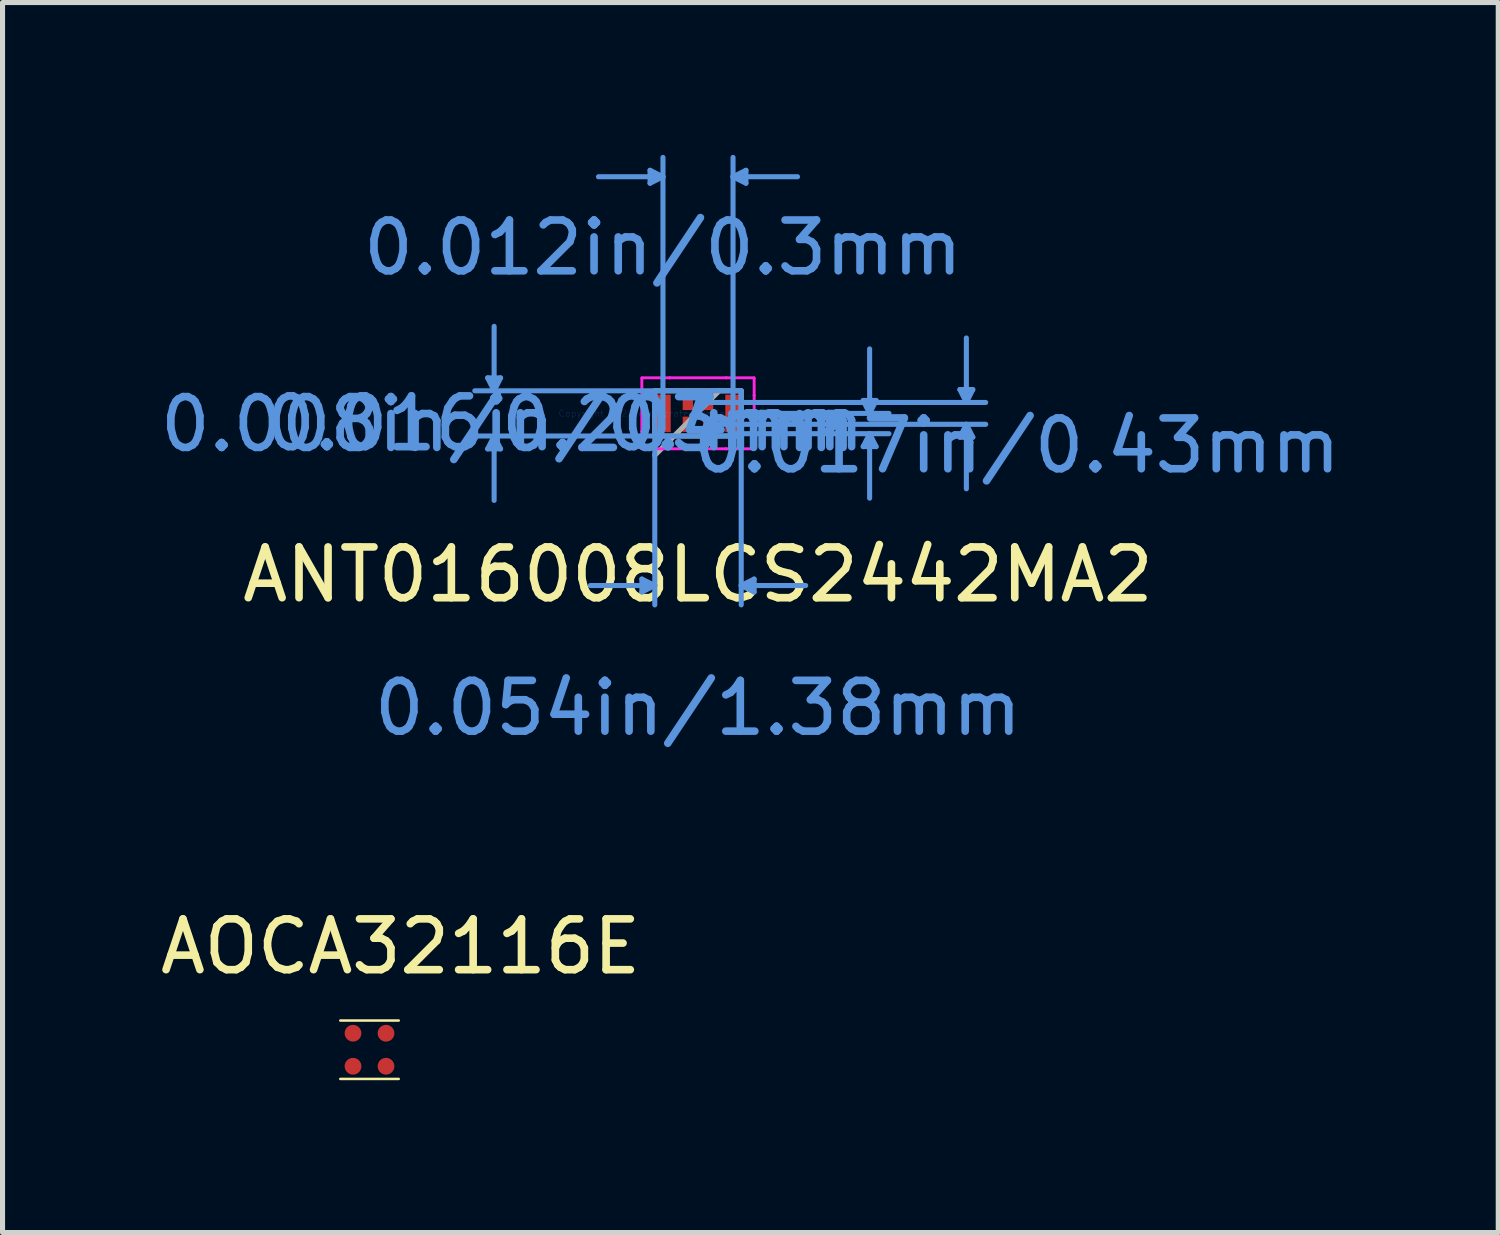
<source format=kicad_pcb>
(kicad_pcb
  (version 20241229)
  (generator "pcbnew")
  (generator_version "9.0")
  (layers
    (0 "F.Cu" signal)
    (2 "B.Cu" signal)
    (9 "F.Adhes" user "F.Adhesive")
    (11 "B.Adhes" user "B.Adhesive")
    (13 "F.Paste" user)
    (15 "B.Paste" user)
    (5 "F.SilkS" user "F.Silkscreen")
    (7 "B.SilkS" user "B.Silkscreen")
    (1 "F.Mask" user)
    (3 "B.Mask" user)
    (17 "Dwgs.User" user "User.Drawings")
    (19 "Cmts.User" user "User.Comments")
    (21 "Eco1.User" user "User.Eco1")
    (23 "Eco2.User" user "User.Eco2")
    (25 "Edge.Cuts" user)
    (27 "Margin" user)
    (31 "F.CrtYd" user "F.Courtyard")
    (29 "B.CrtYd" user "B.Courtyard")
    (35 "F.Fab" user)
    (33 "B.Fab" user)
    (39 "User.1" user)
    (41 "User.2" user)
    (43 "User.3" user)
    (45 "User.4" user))
  (footprint "AOCA32116E"
    (layer "F.Cu")
    (at 4.227 17.948)
    (property "Reference" "AOCA32116E" (at 0.612 -2.357 0) (layer "F.SilkS") (effects (font (size 1 1) (thickness 0.15))))
    (attr through_hole)
    (fp_line (start -0.575 -0.9) (end 0.575 -0.9) (stroke (width 0.05) (type solid)) (layer "F.SilkS"))
    (fp_line (start -0.575 0.25) (end 0.575 0.25) (stroke (width 0.05) (type solid)) (layer "F.SilkS"))
    (pad "1" smd circle (at -0.325 0) (size 0.33 0.33) (layers "F.Cu" "F.Mask" "F.Paste"))
    (pad "2" smd circle (at -0.325 -0.65) (size 0.33 0.33) (layers "F.Cu" "F.Mask" "F.Paste"))
    (pad "3" smd circle (at 0.325 -0.65) (size 0.33 0.33) (layers "F.Cu" "F.Mask" "F.Paste"))
    (pad "4" smd circle (at 0.325 0) (size 0.33 0.33) (layers "F.Cu" "F.Mask" "F.Paste")))
  (footprint "ANT016008LCS2442MA2"
    (layer "F.Cu")
    (at 10.696 5.091)
    (property "Reference" "ANT016008LCS2442MA2" (at 0 3.175 0) (layer "F.SilkS") (effects (font (size 1 1) (thickness 0.15))))
    (attr through_hole)
    (fp_line (start -4.142 -0.699) (end -3.888 -0.699) (stroke (width 0.1) (type solid)) (layer "Cmts.User"))
    (fp_line (start -4.142 0.699) (end -3.888 0.699) (stroke (width 0.1) (type solid)) (layer "Cmts.User"))
    (fp_line (start -4.015 -0.445) (end -4.142 -0.699) (stroke (width 0.1) (type solid)) (layer "Cmts.User"))
    (fp_line (start -4.015 -0.445) (end -4.015 -1.714) (stroke (width 0.1) (type solid)) (layer "Cmts.User"))
    (fp_line (start -4.015 -0.445) (end -3.888 -0.699) (stroke (width 0.1) (type solid)) (layer "Cmts.User"))
    (fp_line (start -4.015 0.445) (end -4.142 0.699) (stroke (width 0.1) (type solid)) (layer "Cmts.User"))
    (fp_line (start -4.015 0.445) (end -4.015 1.714) (stroke (width 0.1) (type solid)) (layer "Cmts.User"))
    (fp_line (start -4.015 0.445) (end -3.888 0.699) (stroke (width 0.1) (type solid)) (layer "Cmts.User"))
    (fp_line (start -1.105 3.263) (end -1.105 3.517) (stroke (width 0.1) (type solid)) (layer "Cmts.User"))
    (fp_line (start -0.944 -4.787) (end -0.944 -4.533) (stroke (width 0.1) (type solid)) (layer "Cmts.User"))
    (fp_line (start -0.851 -0.445) (end -0.851 3.771) (stroke (width 0.1) (type solid)) (layer "Cmts.User"))
    (fp_line (start -0.851 3.39) (end -2.121 3.39) (stroke (width 0.1) (type solid)) (layer "Cmts.User"))
    (fp_line (start -0.851 3.39) (end -1.105 3.263) (stroke (width 0.1) (type solid)) (layer "Cmts.User"))
    (fp_line (start -0.851 3.39) (end -1.105 3.517) (stroke (width 0.1) (type solid)) (layer "Cmts.User"))
    (fp_line (start -0.69 -4.66) (end -1.96 -4.66) (stroke (width 0.1) (type solid)) (layer "Cmts.User"))
    (fp_line (start -0.69 -4.66) (end -0.944 -4.787) (stroke (width 0.1) (type solid)) (layer "Cmts.User"))
    (fp_line (start -0.69 -4.66) (end -0.944 -4.533) (stroke (width 0.1) (type solid)) (layer "Cmts.User"))
    (fp_line (start -0.69 0) (end -0.69 -5.041) (stroke (width 0.1) (type solid)) (layer "Cmts.User"))
    (fp_line (start 0.2 -0.215) (end 5.666 -0.215) (stroke (width 0.1) (type solid)) (layer "Cmts.User"))
    (fp_line (start 0.2 0.215) (end 5.666 0.215) (stroke (width 0.1) (type solid)) (layer "Cmts.User"))
    (fp_line (start 0.69 -4.66) (end 0.944 -4.787) (stroke (width 0.1) (type solid)) (layer "Cmts.User"))
    (fp_line (start 0.69 -4.66) (end 0.944 -4.533) (stroke (width 0.1) (type solid)) (layer "Cmts.User"))
    (fp_line (start 0.69 -4.66) (end 1.96 -4.66) (stroke (width 0.1) (type solid)) (layer "Cmts.User"))
    (fp_line (start 0.69 0) (end 0.69 -5.041) (stroke (width 0.1) (type solid)) (layer "Cmts.User"))
    (fp_line (start 0.69 0) (end 3.761 0) (stroke (width 0.1) (type solid)) (layer "Cmts.User"))
    (fp_line (start 0.69 0.4) (end 3.761 0.4) (stroke (width 0.1) (type solid)) (layer "Cmts.User"))
    (fp_line (start 0.851 -0.445) (end -4.396 -0.445) (stroke (width 0.1) (type solid)) (layer "Cmts.User"))
    (fp_line (start 0.851 -0.445) (end 0.851 3.771) (stroke (width 0.1) (type solid)) (layer "Cmts.User"))
    (fp_line (start 0.851 0.445) (end -4.396 0.445) (stroke (width 0.1) (type solid)) (layer "Cmts.User"))
    (fp_line (start 0.851 3.39) (end 1.105 3.263) (stroke (width 0.1) (type solid)) (layer "Cmts.User"))
    (fp_line (start 0.851 3.39) (end 1.105 3.517) (stroke (width 0.1) (type solid)) (layer "Cmts.User"))
    (fp_line (start 0.851 3.39) (end 2.121 3.39) (stroke (width 0.1) (type solid)) (layer "Cmts.User"))
    (fp_line (start 0.944 -4.787) (end 0.944 -4.533) (stroke (width 0.1) (type solid)) (layer "Cmts.User"))
    (fp_line (start 1.105 3.263) (end 1.105 3.517) (stroke (width 0.1) (type solid)) (layer "Cmts.User"))
    (fp_line (start 3.253 -0.254) (end 3.507 -0.254) (stroke (width 0.1) (type solid)) (layer "Cmts.User"))
    (fp_line (start 3.253 0.654) (end 3.507 0.654) (stroke (width 0.1) (type solid)) (layer "Cmts.User"))
    (fp_line (start 3.38 0) (end 3.253 -0.254) (stroke (width 0.1) (type solid)) (layer "Cmts.User"))
    (fp_line (start 3.38 0) (end 3.38 -1.27) (stroke (width 0.1) (type solid)) (layer "Cmts.User"))
    (fp_line (start 3.38 0) (end 3.507 -0.254) (stroke (width 0.1) (type solid)) (layer "Cmts.User"))
    (fp_line (start 3.38 0.4) (end 3.253 0.654) (stroke (width 0.1) (type solid)) (layer "Cmts.User"))
    (fp_line (start 3.38 0.4) (end 3.38 1.67) (stroke (width 0.1) (type solid)) (layer "Cmts.User"))
    (fp_line (start 3.38 0.4) (end 3.507 0.654) (stroke (width 0.1) (type solid)) (layer "Cmts.User"))
    (fp_line (start 5.158 -0.469) (end 5.412 -0.469) (stroke (width 0.1) (type solid)) (layer "Cmts.User"))
    (fp_line (start 5.158 0.469) (end 5.412 0.469) (stroke (width 0.1) (type solid)) (layer "Cmts.User"))
    (fp_line (start 5.285 -0.215) (end 5.158 -0.469) (stroke (width 0.1) (type solid)) (layer "Cmts.User"))
    (fp_line (start 5.285 -0.215) (end 5.285 -1.485) (stroke (width 0.1) (type solid)) (layer "Cmts.User"))
    (fp_line (start 5.285 -0.215) (end 5.412 -0.469) (stroke (width 0.1) (type solid)) (layer "Cmts.User"))
    (fp_line (start 5.285 0.215) (end 5.158 0.469) (stroke (width 0.1) (type solid)) (layer "Cmts.User"))
    (fp_line (start 5.285 0.215) (end 5.285 1.485) (stroke (width 0.1) (type solid)) (layer "Cmts.User"))
    (fp_line (start 5.285 0.215) (end 5.412 0.469) (stroke (width 0.1) (type solid)) (layer "Cmts.User"))
    (fp_line (start -1.105 -0.699) (end -0.556 -0.699) (stroke (width 0.05) (type solid)) (layer "F.CrtYd"))
    (fp_line (start -1.105 -0.699) (end -0.556 -0.699) (stroke (width 0.05) (type solid)) (layer "F.CrtYd"))
    (fp_line (start -1.105 -0.356) (end -1.105 -0.699) (stroke (width 0.05) (type solid)) (layer "F.CrtYd"))
    (fp_line (start -1.105 -0.356) (end -1.105 -0.699) (stroke (width 0.05) (type solid)) (layer "F.CrtYd"))
    (fp_line (start -1.105 -0.356) (end -1.105 -0.356) (stroke (width 0.05) (type solid)) (layer "F.CrtYd"))
    (fp_line (start -1.105 -0.356) (end -1.105 -0.356) (stroke (width 0.05) (type solid)) (layer "F.CrtYd"))
    (fp_line (start -1.105 0.356) (end -1.105 -0.356) (stroke (width 0.05) (type solid)) (layer "F.CrtYd"))
    (fp_line (start -1.105 0.356) (end -1.105 -0.356) (stroke (width 0.05) (type solid)) (layer "F.CrtYd"))
    (fp_line (start -1.105 0.356) (end -1.105 0.356) (stroke (width 0.05) (type solid)) (layer "F.CrtYd"))
    (fp_line (start -1.105 0.356) (end -1.105 0.356) (stroke (width 0.05) (type solid)) (layer "F.CrtYd"))
    (fp_line (start -1.105 0.699) (end -1.105 0.356) (stroke (width 0.05) (type solid)) (layer "F.CrtYd"))
    (fp_line (start -1.105 0.699) (end -1.105 0.356) (stroke (width 0.05) (type solid)) (layer "F.CrtYd"))
    (fp_line (start -0.556 -0.699) (end -0.556 -0.699) (stroke (width 0.05) (type solid)) (layer "F.CrtYd"))
    (fp_line (start -0.556 -0.699) (end -0.556 -0.699) (stroke (width 0.05) (type solid)) (layer "F.CrtYd"))
    (fp_line (start -0.556 -0.699) (end 0.556 -0.699) (stroke (width 0.05) (type solid)) (layer "F.CrtYd"))
    (fp_line (start -0.556 -0.699) (end 0.556 -0.699) (stroke (width 0.05) (type solid)) (layer "F.CrtYd"))
    (fp_line (start -0.556 0.699) (end -1.105 0.699) (stroke (width 0.05) (type solid)) (layer "F.CrtYd"))
    (fp_line (start -0.556 0.699) (end -1.105 0.699) (stroke (width 0.05) (type solid)) (layer "F.CrtYd"))
    (fp_line (start -0.556 0.699) (end -0.556 0.699) (stroke (width 0.05) (type solid)) (layer "F.CrtYd"))
    (fp_line (start -0.556 0.699) (end -0.556 0.699) (stroke (width 0.05) (type solid)) (layer "F.CrtYd"))
    (fp_line (start 0.556 -0.699) (end 0.556 -0.699) (stroke (width 0.05) (type solid)) (layer "F.CrtYd"))
    (fp_line (start 0.556 -0.699) (end 0.556 -0.699) (stroke (width 0.05) (type solid)) (layer "F.CrtYd"))
    (fp_line (start 0.556 -0.699) (end 1.105 -0.699) (stroke (width 0.05) (type solid)) (layer "F.CrtYd"))
    (fp_line (start 0.556 -0.699) (end 1.105 -0.699) (stroke (width 0.05) (type solid)) (layer "F.CrtYd"))
    (fp_line (start 0.556 0.699) (end -0.556 0.699) (stroke (width 0.05) (type solid)) (layer "F.CrtYd"))
    (fp_line (start 0.556 0.699) (end -0.556 0.699) (stroke (width 0.05) (type solid)) (layer "F.CrtYd"))
    (fp_line (start 0.556 0.699) (end 0.556 0.699) (stroke (width 0.05) (type solid)) (layer "F.CrtYd"))
    (fp_line (start 0.556 0.699) (end 0.556 0.699) (stroke (width 0.05) (type solid)) (layer "F.CrtYd"))
    (fp_line (start 1.105 -0.699) (end 1.105 -0.356) (stroke (width 0.05) (type solid)) (layer "F.CrtYd"))
    (fp_line (start 1.105 -0.699) (end 1.105 -0.356) (stroke (width 0.05) (type solid)) (layer "F.CrtYd"))
    (fp_line (start 1.105 -0.356) (end 1.105 -0.356) (stroke (width 0.05) (type solid)) (layer "F.CrtYd"))
    (fp_line (start 1.105 -0.356) (end 1.105 -0.356) (stroke (width 0.05) (type solid)) (layer "F.CrtYd"))
    (fp_line (start 1.105 -0.356) (end 1.105 0.356) (stroke (width 0.05) (type solid)) (layer "F.CrtYd"))
    (fp_line (start 1.105 -0.356) (end 1.105 0.356) (stroke (width 0.05) (type solid)) (layer "F.CrtYd"))
    (fp_line (start 1.105 0.356) (end 1.105 0.356) (stroke (width 0.05) (type solid)) (layer "F.CrtYd"))
    (fp_line (start 1.105 0.356) (end 1.105 0.356) (stroke (width 0.05) (type solid)) (layer "F.CrtYd"))
    (fp_line (start 1.105 0.356) (end 1.105 0.699) (stroke (width 0.05) (type solid)) (layer "F.CrtYd"))
    (fp_line (start 1.105 0.356) (end 1.105 0.699) (stroke (width 0.05) (type solid)) (layer "F.CrtYd"))
    (fp_line (start 1.105 0.699) (end 0.556 0.699) (stroke (width 0.05) (type solid)) (layer "F.CrtYd"))
    (fp_line (start 1.105 0.699) (end 0.556 0.699) (stroke (width 0.05) (type solid)) (layer "F.CrtYd"))
    (fp_line (start -0.851 -0.445) (end -0.851 0.445) (stroke (width 0.1) (type solid)) (layer "F.Fab"))
    (fp_line (start -0.851 0.445) (end 0.851 0.445) (stroke (width 0.1) (type solid)) (layer "F.Fab"))
    (fp_line (start -0.851 0.826) (end 0.419 -0.445) (stroke (width 0.1) (type solid)) (layer "F.Fab"))
    (fp_line (start 0.851 -0.445) (end -0.851 -0.445) (stroke (width 0.1) (type solid)) (layer "F.Fab"))
    (fp_line (start 0.851 0.445) (end 0.851 -0.445) (stroke (width 0.1) (type solid)) (layer "F.Fab"))
    (fp_text user "0.016in/0.4mm" (at -2.618 0.2 0) (layer "Cmts.User") (effects (font (size 1 1) (thickness 0.15))))
    (fp_text user "0.054in/1.38mm" (at 0 5.803 0) (layer "Cmts.User") (effects (font (size 1 1) (thickness 0.15))))
    (fp_text user "0.012in/0.3mm" (at -0.69 -3.263 0) (layer "Cmts.User") (effects (font (size 1 1) (thickness 0.15))))
    (fp_text user "Copyright 2021 Accelerated Designs. All rights reserved." (at 0 0 0) (layer "Cmts.User") (effects (font (size 0.127 0.127) (thickness 0.002))))
    (fp_text user "0.008in/0.203mm" (at -3.738 0.215 0) (layer "Cmts.User") (effects (font (size 1 1) (thickness 0.15))))
    (fp_text user "0.017in/0.43mm" (at 6.278 0.635 0) (layer "Cmts.User") (effects (font (size 1 1) (thickness 0.15))))
    (pad "1" smd rect (at -0.69 0 90) (size 0.737 0.305) (layers "F.Cu" "F.Mask" "F.Paste"))
    (pad "2" smd rect (at -0.2 0.215) (size 0.203 0.3) (layers "F.Cu" "F.Mask" "F.Paste"))
    (pad "3" smd rect (at 0.2 0.215) (size 0.203 0.3) (layers "F.Cu" "F.Mask" "F.Paste"))
    (pad "4" smd rect (at 0.69 0 90) (size 0.737 0.305) (layers "F.Cu" "F.Mask" "F.Paste"))
    (pad "5" smd rect (at 0.2 -0.215) (size 0.203 0.3) (layers "F.Cu" "F.Mask" "F.Paste"))
    (pad "6" smd rect (at -0.2 -0.215) (size 0.203 0.3) (layers "F.Cu" "F.Mask" "F.Paste")))
  (gr_rect
    (start -3 -3)
    (end 26.456 21.223)
    (stroke (width 0.1) (type default))
    (fill no)
    (layer "Edge.Cuts")))
</source>
